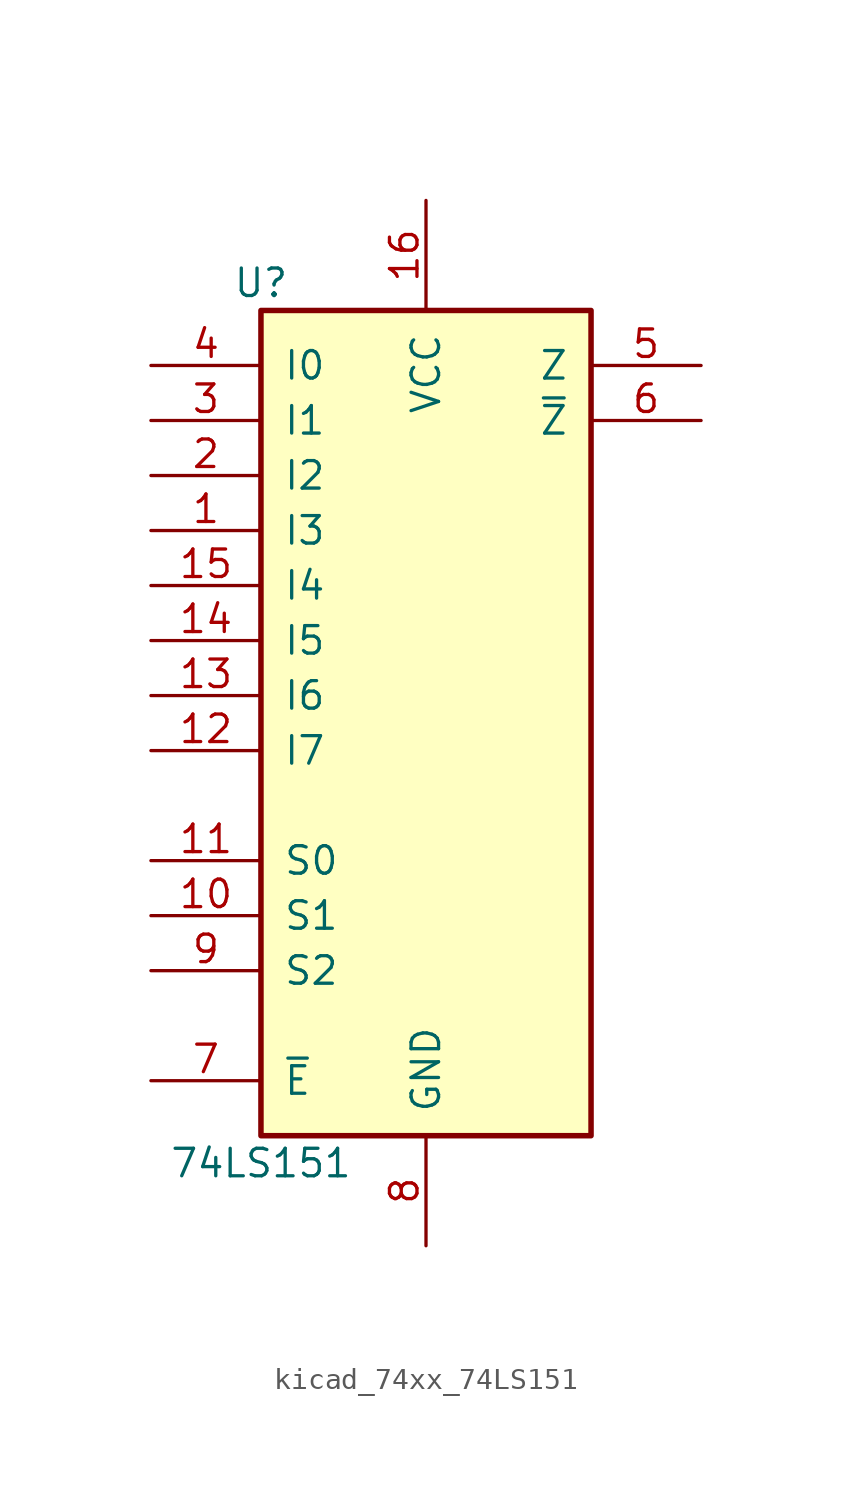
<source format=kicad_sym>
(kicad_symbol_lib
  (version 20220914)
  (generator kicad_symbol_editor)
  (symbol "kicad_74xx_74LS151"
    (pin_names
      (offset 1.016))
    (property "Reference" "U"
      (at -7.62 19.05 0)
      (effects (font (size 1.27 1.27))))
    (property "Value" "74LS151"
      (at -7.62 -21.59 0)
      (effects (font (size 1.27 1.27))))
    (property "ki_locked" ""
      (at 0 0 0)
      (effects (font (size 1.27 1.27))))
    (symbol "kicad_74xx_74LS151_1_0"
      (pin input line (at -12.7 7.62 0) (length 5.08) (name "I3" (effects (font (size 1.27 1.27)))) (number "1" (effects (font (size 1.27 1.27)))))
      (pin input line (at -12.7 -10.16 0) (length 5.08) (name "S1" (effects (font (size 1.27 1.27)))) (number "10" (effects (font (size 1.27 1.27)))))
      (pin input line (at -12.7 -7.62 0) (length 5.08) (name "S0" (effects (font (size 1.27 1.27)))) (number "11" (effects (font (size 1.27 1.27)))))
      (pin input line (at -12.7 -2.54 0) (length 5.08) (name "I7" (effects (font (size 1.27 1.27)))) (number "12" (effects (font (size 1.27 1.27)))))
      (pin input line (at -12.7 0 0) (length 5.08) (name "I6" (effects (font (size 1.27 1.27)))) (number "13" (effects (font (size 1.27 1.27)))))
      (pin input line (at -12.7 2.54 0) (length 5.08) (name "I5" (effects (font (size 1.27 1.27)))) (number "14" (effects (font (size 1.27 1.27)))))
      (pin input line (at -12.7 5.08 0) (length 5.08) (name "I4" (effects (font (size 1.27 1.27)))) (number "15" (effects (font (size 1.27 1.27)))))
      (pin power_in line (at 0 22.86 270) (length 5.08) (name "VCC" (effects (font (size 1.27 1.27)))) (number "16" (effects (font (size 1.27 1.27)))))
      (pin input line (at -12.7 10.16 0) (length 5.08) (name "I2" (effects (font (size 1.27 1.27)))) (number "2" (effects (font (size 1.27 1.27)))))
      (pin input line (at -12.7 12.7 0) (length 5.08) (name "I1" (effects (font (size 1.27 1.27)))) (number "3" (effects (font (size 1.27 1.27)))))
      (pin input line (at -12.7 15.24 0) (length 5.08) (name "I0" (effects (font (size 1.27 1.27)))) (number "4" (effects (font (size 1.27 1.27)))))
      (pin output line (at 12.7 15.24 180) (length 5.08) (name "Z" (effects (font (size 1.27 1.27)))) (number "5" (effects (font (size 1.27 1.27)))))
      (pin output line (at 12.7 12.7 180) (length 5.08) (name "~{Z}" (effects (font (size 1.27 1.27)))) (number "6" (effects (font (size 1.27 1.27)))))
      (pin input line (at -12.7 -17.78 0) (length 5.08) (name "~{E}" (effects (font (size 1.27 1.27)))) (number "7" (effects (font (size 1.27 1.27)))))
      (pin power_in line (at 0 -25.4 90) (length 5.08) (name "GND" (effects (font (size 1.27 1.27)))) (number "8" (effects (font (size 1.27 1.27)))))
      (pin input line (at -12.7 -12.7 0) (length 5.08) (name "S2" (effects (font (size 1.27 1.27)))) (number "9" (effects (font (size 1.27 1.27))))))
    (symbol "kicad_74xx_74LS151_1_1"
      (rectangle (start -7.62 17.78) (end 7.62 -20.32) (stroke (width 0.254) (type default)) (fill (type background))))))
</source>
